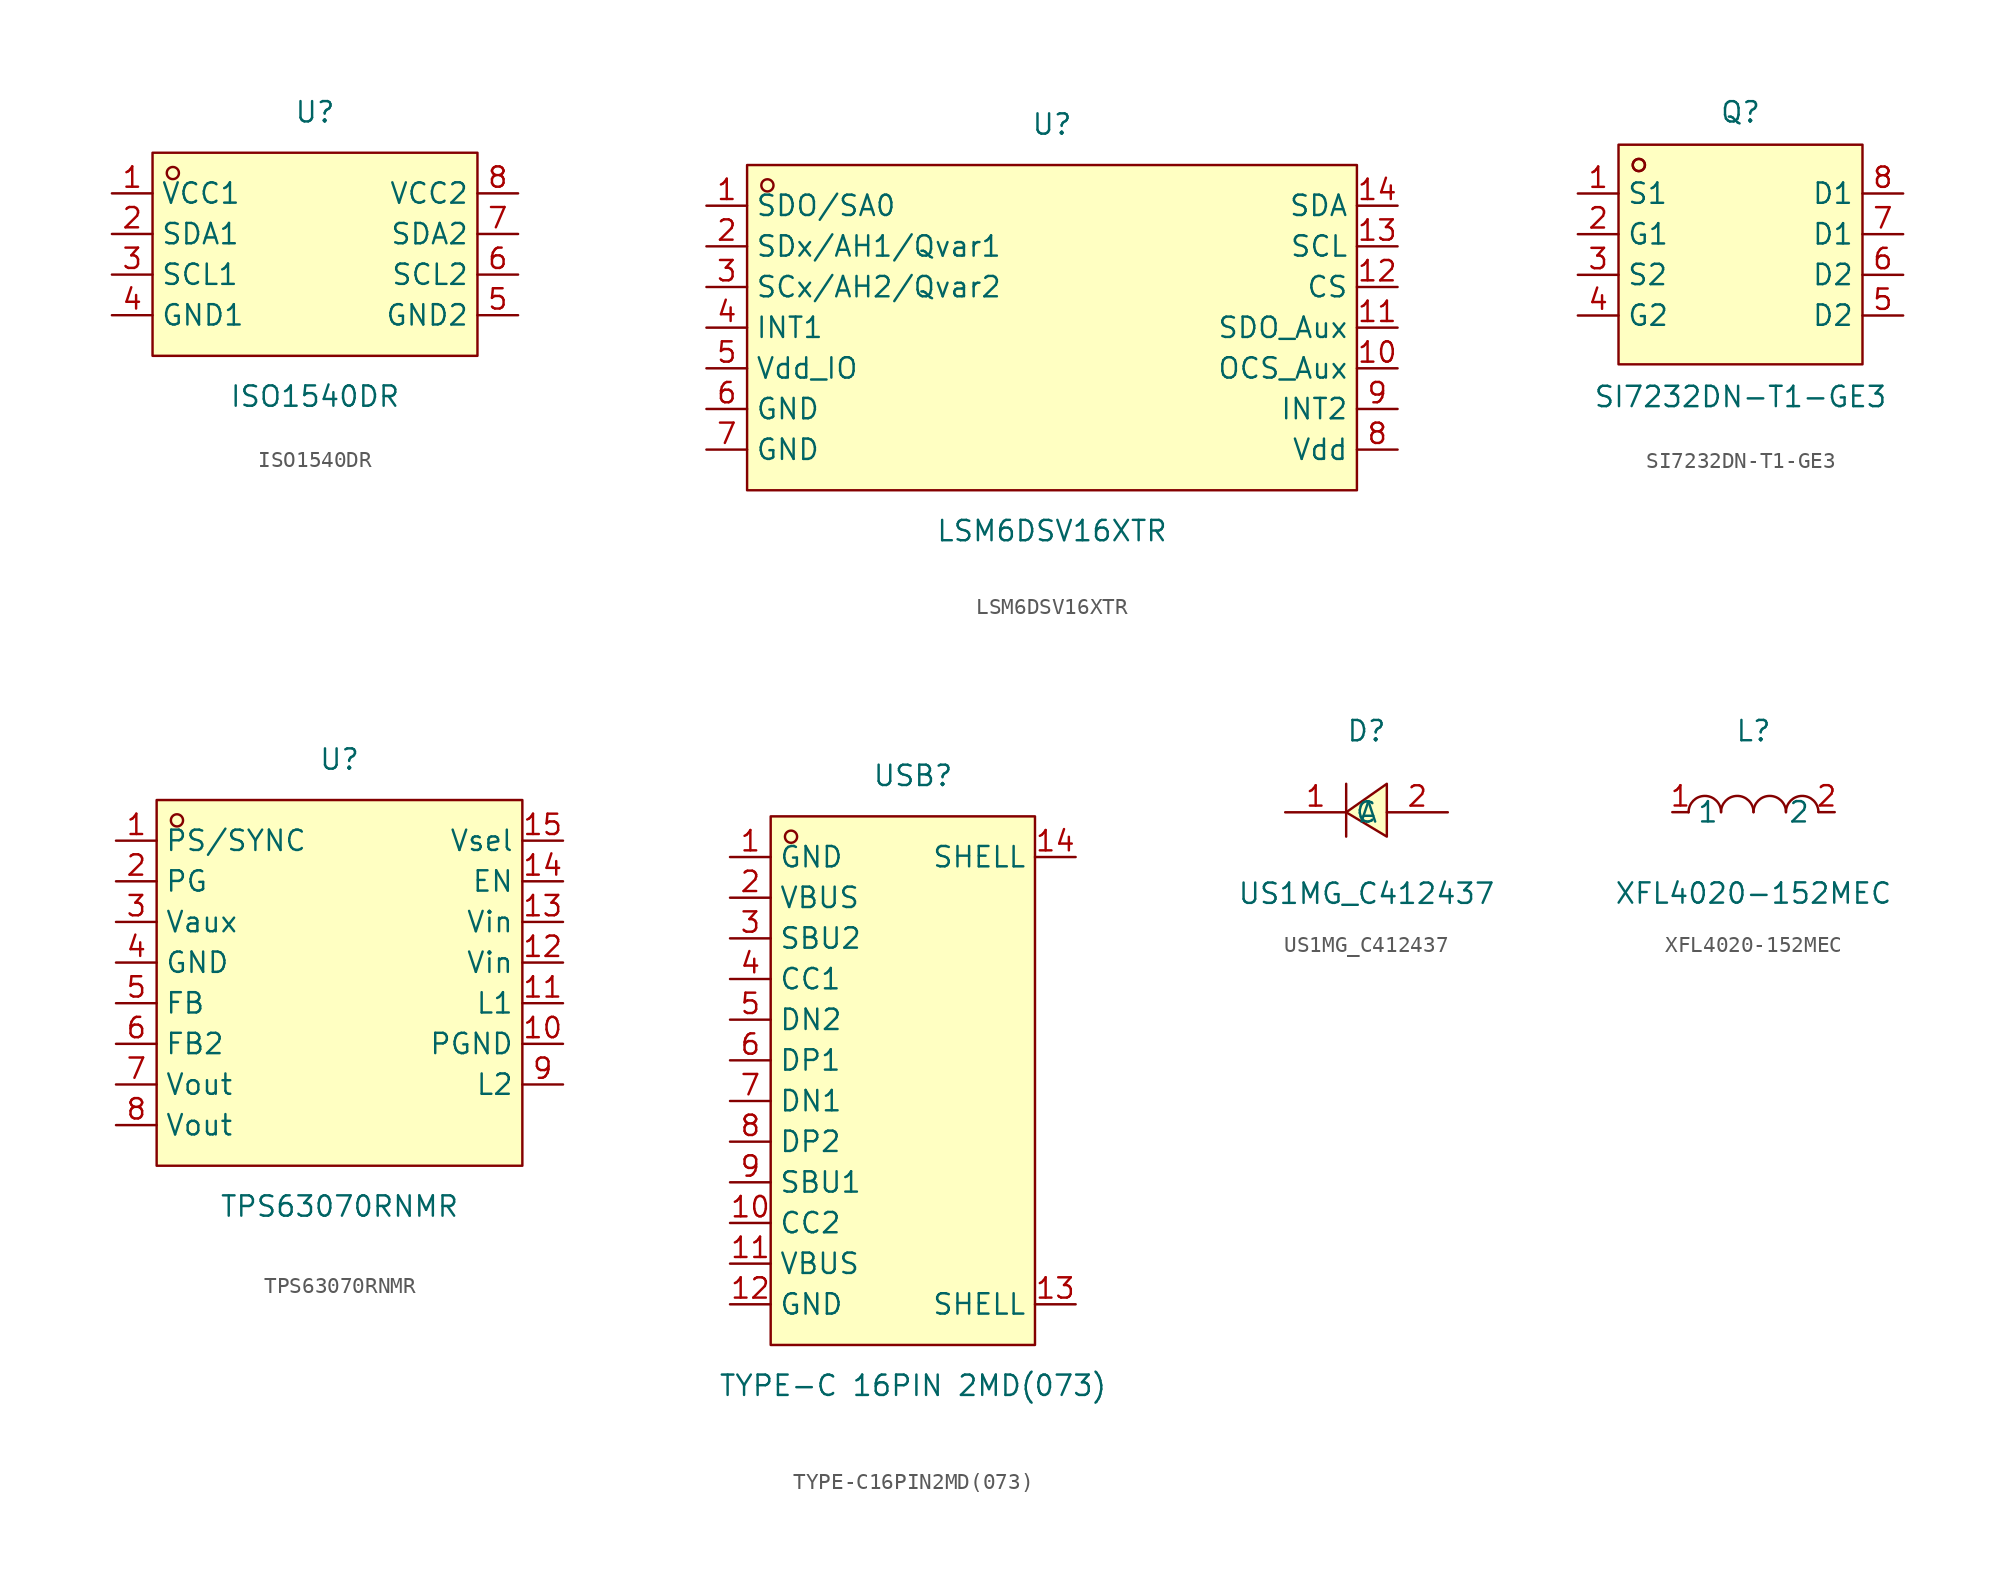
<source format=kicad_sym>
(kicad_symbol_lib
  (version 20231120)
  (generator "kicad_symbol_editor")
  (generator_version "8.0")
  (symbol "ISO1540DR"
    (property "Reference" "U"
      (at 0 8.89 0)
      (effects (font (size 1.27 1.27))))
    (property "Value" "ISO1540DR"
      (at 0 -8.89 0)
      (effects (font (size 1.27 1.27))))
    (symbol "ISO1540DR_0_1"
      (rectangle (start -10.16 6.35) (end 10.16 -6.35) (stroke (width 0) (type default) (color 0 0 0 0)) (fill (type background)))
      (circle (center -8.89 5.08) (radius 0.38) (stroke (width 0) (type default) (color 0 0 0 0)) (fill (type none)))
      (pin unspecified line (at -12.70 3.81 0) (length 2.54) (name "VCC1" (effects (font (size 1.27 1.27)))) (number "1" (effects (font (size 1.27 1.27)))))
      (pin unspecified line (at -12.70 1.27 0) (length 2.54) (name "SDA1" (effects (font (size 1.27 1.27)))) (number "2" (effects (font (size 1.27 1.27)))))
      (pin unspecified line (at -12.70 -1.27 0) (length 2.54) (name "SCL1" (effects (font (size 1.27 1.27)))) (number "3" (effects (font (size 1.27 1.27)))))
      (pin unspecified line (at -12.70 -3.81 0) (length 2.54) (name "GND1" (effects (font (size 1.27 1.27)))) (number "4" (effects (font (size 1.27 1.27)))))
      (pin unspecified line (at 12.70 -3.81 180) (length 2.54) (name "GND2" (effects (font (size 1.27 1.27)))) (number "5" (effects (font (size 1.27 1.27)))))
      (pin unspecified line (at 12.70 -1.27 180) (length 2.54) (name "SCL2" (effects (font (size 1.27 1.27)))) (number "6" (effects (font (size 1.27 1.27)))))
      (pin unspecified line (at 12.70 1.27 180) (length 2.54) (name "SDA2" (effects (font (size 1.27 1.27)))) (number "7" (effects (font (size 1.27 1.27)))))
      (pin unspecified line (at 12.70 3.81 180) (length 2.54) (name "VCC2" (effects (font (size 1.27 1.27)))) (number "8" (effects (font (size 1.27 1.27)))))))
  (symbol "LSM6DSV16XTR"
    (property "Reference" "U"
      (at 0 12.70 0)
      (effects (font (size 1.27 1.27))))
    (property "Value" "LSM6DSV16XTR"
      (at 0 -12.70 0)
      (effects (font (size 1.27 1.27))))
    (symbol "LSM6DSV16XTR_0_1"
      (rectangle (start -19.05 10.16) (end 19.05 -10.16) (stroke (width 0) (type default) (color 0 0 0 0)) (fill (type background)))
      (circle (center -17.78 8.89) (radius 0.38) (stroke (width 0) (type default) (color 0 0 0 0)) (fill (type none)))
      (pin unspecified line (at -21.59 7.62 0) (length 2.54) (name "SDO/SA0" (effects (font (size 1.27 1.27)))) (number "1" (effects (font (size 1.27 1.27)))))
      (pin unspecified line (at -21.59 5.08 0) (length 2.54) (name "SDx/AH1/Qvar1" (effects (font (size 1.27 1.27)))) (number "2" (effects (font (size 1.27 1.27)))))
      (pin unspecified line (at -21.59 2.54 0) (length 2.54) (name "SCx/AH2/Qvar2" (effects (font (size 1.27 1.27)))) (number "3" (effects (font (size 1.27 1.27)))))
      (pin unspecified line (at -21.59 -0.00 0) (length 2.54) (name "INT1" (effects (font (size 1.27 1.27)))) (number "4" (effects (font (size 1.27 1.27)))))
      (pin unspecified line (at -21.59 -2.54 0) (length 2.54) (name "Vdd_IO" (effects (font (size 1.27 1.27)))) (number "5" (effects (font (size 1.27 1.27)))))
      (pin unspecified line (at -21.59 -5.08 0) (length 2.54) (name "GND" (effects (font (size 1.27 1.27)))) (number "6" (effects (font (size 1.27 1.27)))))
      (pin unspecified line (at -21.59 -7.62 0) (length 2.54) (name "GND" (effects (font (size 1.27 1.27)))) (number "7" (effects (font (size 1.27 1.27)))))
      (pin unspecified line (at 21.59 -7.62 180) (length 2.54) (name "Vdd" (effects (font (size 1.27 1.27)))) (number "8" (effects (font (size 1.27 1.27)))))
      (pin unspecified line (at 21.59 -5.08 180) (length 2.54) (name "INT2" (effects (font (size 1.27 1.27)))) (number "9" (effects (font (size 1.27 1.27)))))
      (pin unspecified line (at 21.59 -2.54 180) (length 2.54) (name "OCS_Aux" (effects (font (size 1.27 1.27)))) (number "10" (effects (font (size 1.27 1.27)))))
      (pin unspecified line (at 21.59 -0.00 180) (length 2.54) (name "SDO_Aux" (effects (font (size 1.27 1.27)))) (number "11" (effects (font (size 1.27 1.27)))))
      (pin unspecified line (at 21.59 2.54 180) (length 2.54) (name "CS" (effects (font (size 1.27 1.27)))) (number "12" (effects (font (size 1.27 1.27)))))
      (pin unspecified line (at 21.59 5.08 180) (length 2.54) (name "SCL" (effects (font (size 1.27 1.27)))) (number "13" (effects (font (size 1.27 1.27)))))
      (pin unspecified line (at 21.59 7.62 180) (length 2.54) (name "SDA" (effects (font (size 1.27 1.27)))) (number "14" (effects (font (size 1.27 1.27)))))))
  (symbol "SI7232DN-T1-GE3"
    (property "Reference" "Q"
      (at 0 8.89 0)
      (effects (font (size 1.27 1.27))))
    (property "Value" "SI7232DN-T1-GE3"
      (at 0 -8.89 0)
      (effects (font (size 1.27 1.27))))
    (symbol "SI7232DN-T1-GE3_0_1"
      (rectangle (start -7.62 6.86) (end 7.62 -6.86) (stroke (width 0) (type default) (color 0 0 0 0)) (fill (type background)))
      (circle (center -6.35 5.59) (radius 0.38) (stroke (width 0) (type default) (color 0 0 0 0)) (fill (type none)))
      (circle (center -6.35 5.59) (radius 0.38) (stroke (width 0) (type default) (color 0 0 0 0)) (fill (type none)))
      (pin unspecified line (at -10.16 3.81 0) (length 2.54) (name "S1" (effects (font (size 1.27 1.27)))) (number "1" (effects (font (size 1.27 1.27)))))
      (pin unspecified line (at -10.16 1.27 0) (length 2.54) (name "G1" (effects (font (size 1.27 1.27)))) (number "2" (effects (font (size 1.27 1.27)))))
      (pin unspecified line (at -10.16 -1.27 0) (length 2.54) (name "S2" (effects (font (size 1.27 1.27)))) (number "3" (effects (font (size 1.27 1.27)))))
      (pin unspecified line (at -10.16 -3.81 0) (length 2.54) (name "G2" (effects (font (size 1.27 1.27)))) (number "4" (effects (font (size 1.27 1.27)))))
      (pin unspecified line (at 10.16 -3.81 180) (length 2.54) (name "D2" (effects (font (size 1.27 1.27)))) (number "5" (effects (font (size 1.27 1.27)))))
      (pin unspecified line (at 10.16 -1.27 180) (length 2.54) (name "D2" (effects (font (size 1.27 1.27)))) (number "6" (effects (font (size 1.27 1.27)))))
      (pin unspecified line (at 10.16 1.27 180) (length 2.54) (name "D1" (effects (font (size 1.27 1.27)))) (number "7" (effects (font (size 1.27 1.27)))))
      (pin unspecified line (at 10.16 3.81 180) (length 2.54) (name "D1" (effects (font (size 1.27 1.27)))) (number "8" (effects (font (size 1.27 1.27)))))))
  (symbol "TPS63070RNMR"
    (property "Reference" "U"
      (at 0 13.97 0)
      (effects (font (size 1.27 1.27))))
    (property "Value" "TPS63070RNMR"
      (at 0 -13.97 0)
      (effects (font (size 1.27 1.27))))
    (symbol "TPS63070RNMR_0_1"
      (rectangle (start -11.43 11.43) (end 11.43 -11.43) (stroke (width 0) (type default)) (fill (type background)))
      (circle (center -10.16 10.16) (radius 0.38) (stroke (width 0) (type default)) (fill (type none)))
      (pin unspecified line (at -13.97 8.89 0) (length 2.54) (name "PS/SYNC" (effects (font (size 1.27 1.27)))) (number "1" (effects (font (size 1.27 1.27)))))
      (pin unspecified line (at 13.97 -3.81 180) (length 2.54) (name "PGND" (effects (font (size 1.27 1.27)))) (number "10" (effects (font (size 1.27 1.27)))))
      (pin unspecified line (at 13.97 -1.27 180) (length 2.54) (name "L1" (effects (font (size 1.27 1.27)))) (number "11" (effects (font (size 1.27 1.27)))))
      (pin unspecified line (at 13.97 1.27 180) (length 2.54) (name "Vin" (effects (font (size 1.27 1.27)))) (number "12" (effects (font (size 1.27 1.27)))))
      (pin unspecified line (at 13.97 3.81 180) (length 2.54) (name "Vin" (effects (font (size 1.27 1.27)))) (number "13" (effects (font (size 1.27 1.27)))))
      (pin unspecified line (at 13.97 6.35 180) (length 2.54) (name "EN" (effects (font (size 1.27 1.27)))) (number "14" (effects (font (size 1.27 1.27)))))
      (pin unspecified line (at 13.97 8.89 180) (length 2.54) (name "Vsel" (effects (font (size 1.27 1.27)))) (number "15" (effects (font (size 1.27 1.27)))))
      (pin unspecified line (at -13.97 6.35 0) (length 2.54) (name "PG" (effects (font (size 1.27 1.27)))) (number "2" (effects (font (size 1.27 1.27)))))
      (pin unspecified line (at -13.97 3.81 0) (length 2.54) (name "Vaux" (effects (font (size 1.27 1.27)))) (number "3" (effects (font (size 1.27 1.27)))))
      (pin unspecified line (at -13.97 1.27 0) (length 2.54) (name "GND" (effects (font (size 1.27 1.27)))) (number "4" (effects (font (size 1.27 1.27)))))
      (pin unspecified line (at -13.97 -1.27 0) (length 2.54) (name "FB" (effects (font (size 1.27 1.27)))) (number "5" (effects (font (size 1.27 1.27)))))
      (pin unspecified line (at -13.97 -3.81 0) (length 2.54) (name "FB2" (effects (font (size 1.27 1.27)))) (number "6" (effects (font (size 1.27 1.27)))))
      (pin unspecified line (at -13.97 -6.35 0) (length 2.54) (name "Vout" (effects (font (size 1.27 1.27)))) (number "7" (effects (font (size 1.27 1.27)))))
      (pin unspecified line (at -13.97 -8.89 0) (length 2.54) (name "Vout" (effects (font (size 1.27 1.27)))) (number "8" (effects (font (size 1.27 1.27)))))
      (pin unspecified line (at 13.97 -6.35 180) (length 2.54) (name "L2" (effects (font (size 1.27 1.27)))) (number "9" (effects (font (size 1.27 1.27)))))))
  (symbol "TYPE-C16PIN2MD(073)"
    (property "Reference" "USB"
      (at 0 19.05 0)
      (effects (font (size 1.27 1.27))))
    (property "Value" "TYPE-C 16PIN 2MD(073)"
      (at 0 -19.05 0)
      (effects (font (size 1.27 1.27))))
    (symbol "TYPE-C16PIN2MD(073)_0_1"
      (rectangle (start -8.89 16.51) (end 7.62 -16.51) (stroke (width 0) (type default)) (fill (type background)))
      (circle (center -7.62 15.24) (radius 0.38) (stroke (width 0) (type default)) (fill (type none)))
      (pin unspecified line (at -11.43 13.97 0) (length 2.54) (name "GND" (effects (font (size 1.27 1.27)))) (number "1" (effects (font (size 1.27 1.27)))))
      (pin unspecified line (at -11.43 -8.89 0) (length 2.54) (name "CC2" (effects (font (size 1.27 1.27)))) (number "10" (effects (font (size 1.27 1.27)))))
      (pin unspecified line (at -11.43 -11.43 0) (length 2.54) (name "VBUS" (effects (font (size 1.27 1.27)))) (number "11" (effects (font (size 1.27 1.27)))))
      (pin unspecified line (at -11.43 -13.97 0) (length 2.54) (name "GND" (effects (font (size 1.27 1.27)))) (number "12" (effects (font (size 1.27 1.27)))))
      (pin unspecified line (at 10.16 -13.97 180) (length 2.54) (name "SHELL" (effects (font (size 1.27 1.27)))) (number "13" (effects (font (size 1.27 1.27)))))
      (pin unspecified line (at 10.16 13.97 180) (length 2.54) (name "SHELL" (effects (font (size 1.27 1.27)))) (number "14" (effects (font (size 1.27 1.27)))))
      (pin unspecified line (at -11.43 11.43 0) (length 2.54) (name "VBUS" (effects (font (size 1.27 1.27)))) (number "2" (effects (font (size 1.27 1.27)))))
      (pin unspecified line (at -11.43 8.89 0) (length 2.54) (name "SBU2" (effects (font (size 1.27 1.27)))) (number "3" (effects (font (size 1.27 1.27)))))
      (pin unspecified line (at -11.43 6.35 0) (length 2.54) (name "CC1" (effects (font (size 1.27 1.27)))) (number "4" (effects (font (size 1.27 1.27)))))
      (pin unspecified line (at -11.43 3.81 0) (length 2.54) (name "DN2" (effects (font (size 1.27 1.27)))) (number "5" (effects (font (size 1.27 1.27)))))
      (pin unspecified line (at -11.43 1.27 0) (length 2.54) (name "DP1" (effects (font (size 1.27 1.27)))) (number "6" (effects (font (size 1.27 1.27)))))
      (pin unspecified line (at -11.43 -1.27 0) (length 2.54) (name "DN1" (effects (font (size 1.27 1.27)))) (number "7" (effects (font (size 1.27 1.27)))))
      (pin unspecified line (at -11.43 -3.81 0) (length 2.54) (name "DP2" (effects (font (size 1.27 1.27)))) (number "8" (effects (font (size 1.27 1.27)))))
      (pin unspecified line (at -11.43 -6.35 0) (length 2.54) (name "SBU1" (effects (font (size 1.27 1.27)))) (number "9" (effects (font (size 1.27 1.27)))))))
  (symbol "US1MG_C412437"
    (property "Reference" "D"
      (at 0 5.08 0)
      (effects (font (size 1.27 1.27))))
    (property "Value" "US1MG_C412437"
      (at 0 -5.08 0)
      (effects (font (size 1.27 1.27))))
    (symbol "US1MG_C412437_0_1"
      (polyline (pts (xy -1.27 1.78) (xy -1.27 -1.52)) (stroke (width 0) (type default)) (fill (type none)))
      (polyline (pts (xy 1.27 -1.52) (xy -1.27 0) (xy 1.27 1.78) (xy 1.27 -1.52)) (stroke (width 0) (type default)) (fill (type background)))
      (pin unspecified line (at -5.08 0 0) (length 3.81) (name "C" (effects (font (size 1.27 1.27)))) (number "1" (effects (font (size 1.27 1.27)))))
      (pin unspecified line (at 5.08 0 180) (length 3.81) (name "A" (effects (font (size 1.27 1.27)))) (number "2" (effects (font (size 1.27 1.27)))))))
  (symbol "XFL4020-152MEC"
    (property "Reference" "L"
      (at 0 5.08 0)
      (effects (font (size 1.27 1.27))))
    (property "Value" "XFL4020-152MEC"
      (at 0 -5.08 0)
      (effects (font (size 1.27 1.27))))
    (symbol "XFL4020-152MEC_0_1"
      (arc (start -2.03 0.01) (mid -3.055 1.013) (end -4.06 -0.01) (stroke (width 0) (type default)) (fill (type none)))
      (arc (start 0 0.01) (mid -1.025 1.013) (end -2.03 -0.01) (stroke (width 0) (type default)) (fill (type none)))
      (arc (start 2.03 0.01) (mid 1.005 1.013) (end 0 -0.01) (stroke (width 0) (type default)) (fill (type none)))
      (arc (start 4.06 0.01) (mid 3.035 1.013) (end 2.03 -0.01) (stroke (width 0) (type default)) (fill (type none)))
      (pin unspecified line (at -5.08 0 0) (length 1.016) (name "1" (effects (font (size 1.27 1.27)))) (number "1" (effects (font (size 1.27 1.27)))))
      (pin unspecified line (at 5.08 0 180) (length 1.016) (name "2" (effects (font (size 1.27 1.27)))) (number "2" (effects (font (size 1.27 1.27))))))))
</source>
